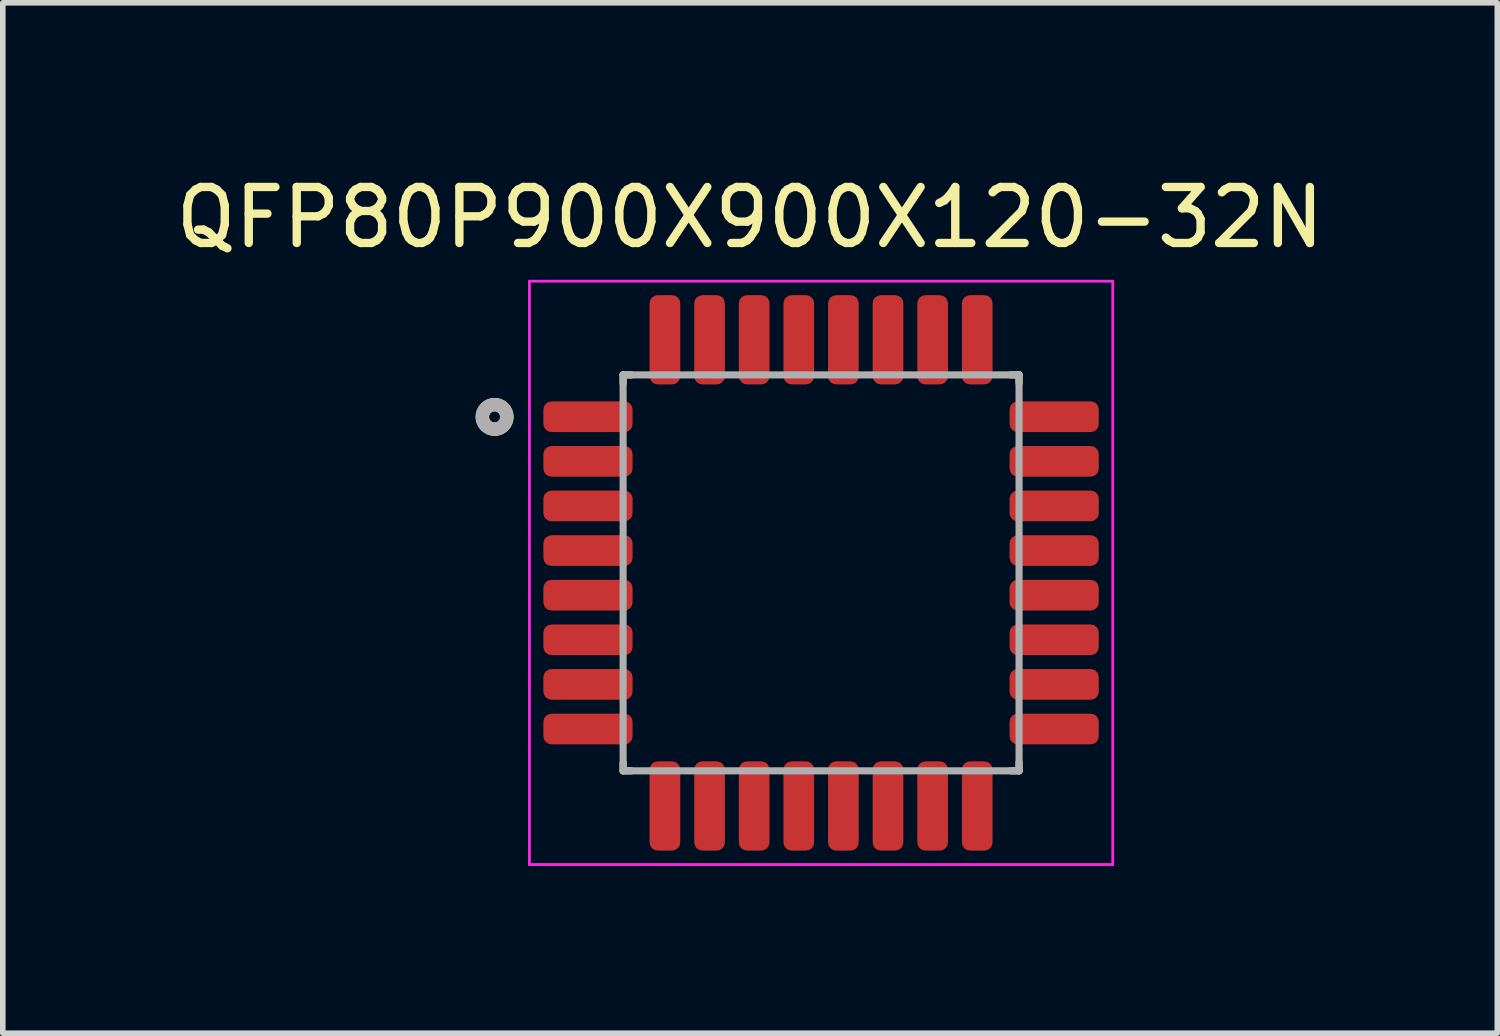
<source format=kicad_pcb>
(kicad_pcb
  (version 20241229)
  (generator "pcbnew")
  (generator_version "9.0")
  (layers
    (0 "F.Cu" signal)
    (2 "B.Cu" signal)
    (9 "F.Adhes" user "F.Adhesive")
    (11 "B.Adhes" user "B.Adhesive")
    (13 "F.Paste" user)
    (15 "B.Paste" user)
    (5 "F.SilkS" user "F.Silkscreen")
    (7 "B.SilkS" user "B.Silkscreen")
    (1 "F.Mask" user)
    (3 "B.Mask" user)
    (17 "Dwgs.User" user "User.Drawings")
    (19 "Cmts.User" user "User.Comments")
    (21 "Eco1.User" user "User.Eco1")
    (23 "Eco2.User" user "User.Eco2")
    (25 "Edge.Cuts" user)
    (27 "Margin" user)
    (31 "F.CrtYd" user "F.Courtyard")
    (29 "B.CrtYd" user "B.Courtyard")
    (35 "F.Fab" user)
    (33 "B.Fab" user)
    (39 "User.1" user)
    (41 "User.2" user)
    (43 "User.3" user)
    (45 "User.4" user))
  (footprint "QFP80P900X900X120-32N"
    (layer "F.Cu")
    (at 11.674 7.223)
    (property "Reference" "QFP80P900X900X120-32N" (at -1.275 -6.373 0) (layer "F.SilkS") (effects (font (size 1.004 1.004) (thickness 0.15))))
    (attr smd)
    (fp_line (start -3.55 -3.55) (end -3.4 -3.55) (stroke (width 0.127) (type solid)) (layer "F.SilkS"))
    (fp_line (start -3.55 -3.4) (end -3.55 -3.55) (stroke (width 0.127) (type solid)) (layer "F.SilkS"))
    (fp_line (start -3.55 3.55) (end -3.55 3.4) (stroke (width 0.127) (type solid)) (layer "F.SilkS"))
    (fp_line (start -3.4 3.55) (end -3.55 3.55) (stroke (width 0.127) (type solid)) (layer "F.SilkS"))
    (fp_line (start 3.4 -3.55) (end 3.55 -3.55) (stroke (width 0.127) (type solid)) (layer "F.SilkS"))
    (fp_line (start 3.55 -3.55) (end 3.55 -3.4) (stroke (width 0.127) (type solid)) (layer "F.SilkS"))
    (fp_line (start 3.55 3.4) (end 3.55 3.55) (stroke (width 0.127) (type solid)) (layer "F.SilkS"))
    (fp_line (start 3.55 3.55) (end 3.4 3.55) (stroke (width 0.127) (type solid)) (layer "F.SilkS"))
    (fp_circle (center -5.853 -2.797) (end -5.753 -2.797) (stroke (width 0.24) (type solid)) (fill no) (layer "F.SilkS"))
    (fp_line (start -5.23 -5.23) (end 5.23 -5.23) (stroke (width 0.05) (type solid)) (layer "F.CrtYd"))
    (fp_line (start -5.23 5.23) (end -5.23 -5.23) (stroke (width 0.05) (type solid)) (layer "F.CrtYd"))
    (fp_line (start 5.23 -5.23) (end 5.23 5.23) (stroke (width 0.05) (type solid)) (layer "F.CrtYd"))
    (fp_line (start 5.23 5.23) (end -5.23 5.23) (stroke (width 0.05) (type solid)) (layer "F.CrtYd"))
    (fp_line (start -3.55 -3.55) (end 3.55 -3.55) (stroke (width 0.127) (type solid)) (layer "F.Fab"))
    (fp_line (start -3.55 3.55) (end -3.55 -3.55) (stroke (width 0.127) (type solid)) (layer "F.Fab"))
    (fp_line (start 3.55 -3.55) (end 3.55 3.55) (stroke (width 0.127) (type solid)) (layer "F.Fab"))
    (fp_line (start 3.55 3.55) (end -3.55 3.55) (stroke (width 0.127) (type solid)) (layer "F.Fab"))
    (fp_circle (center -5.858 -2.797) (end -5.758 -2.797) (stroke (width 0.24) (type solid)) (fill no) (layer "F.Fab"))
    (pad "1" smd roundrect (at -4.18 -2.8) (size 1.6 0.55) (layers "F.Cu" "F.Mask" "F.Paste") (roundrect_rratio 0.265))
    (pad "2" smd roundrect (at -4.18 -2) (size 1.6 0.55) (layers "F.Cu" "F.Mask" "F.Paste") (roundrect_rratio 0.265))
    (pad "3" smd roundrect (at -4.18 -1.2) (size 1.6 0.55) (layers "F.Cu" "F.Mask" "F.Paste") (roundrect_rratio 0.265))
    (pad "4" smd roundrect (at -4.18 -0.4) (size 1.6 0.55) (layers "F.Cu" "F.Mask" "F.Paste") (roundrect_rratio 0.265))
    (pad "5" smd roundrect (at -4.18 0.4) (size 1.6 0.55) (layers "F.Cu" "F.Mask" "F.Paste") (roundrect_rratio 0.265))
    (pad "6" smd roundrect (at -4.18 1.2) (size 1.6 0.55) (layers "F.Cu" "F.Mask" "F.Paste") (roundrect_rratio 0.265))
    (pad "7" smd roundrect (at -4.18 2) (size 1.6 0.55) (layers "F.Cu" "F.Mask" "F.Paste") (roundrect_rratio 0.265))
    (pad "8" smd roundrect (at -4.18 2.8) (size 1.6 0.55) (layers "F.Cu" "F.Mask" "F.Paste") (roundrect_rratio 0.265))
    (pad "9" smd roundrect (at -2.8 4.18) (size 0.55 1.6) (layers "F.Cu" "F.Mask" "F.Paste") (roundrect_rratio 0.265))
    (pad "10" smd roundrect (at -2 4.18) (size 0.55 1.6) (layers "F.Cu" "F.Mask" "F.Paste") (roundrect_rratio 0.265))
    (pad "11" smd roundrect (at -1.2 4.18) (size 0.55 1.6) (layers "F.Cu" "F.Mask" "F.Paste") (roundrect_rratio 0.265))
    (pad "12" smd roundrect (at -0.4 4.18) (size 0.55 1.6) (layers "F.Cu" "F.Mask" "F.Paste") (roundrect_rratio 0.265))
    (pad "13" smd roundrect (at 0.4 4.18) (size 0.55 1.6) (layers "F.Cu" "F.Mask" "F.Paste") (roundrect_rratio 0.265))
    (pad "14" smd roundrect (at 1.2 4.18) (size 0.55 1.6) (layers "F.Cu" "F.Mask" "F.Paste") (roundrect_rratio 0.265))
    (pad "15" smd roundrect (at 2 4.18) (size 0.55 1.6) (layers "F.Cu" "F.Mask" "F.Paste") (roundrect_rratio 0.265))
    (pad "16" smd roundrect (at 2.8 4.18) (size 0.55 1.6) (layers "F.Cu" "F.Mask" "F.Paste") (roundrect_rratio 0.265))
    (pad "17" smd roundrect (at 4.18 2.8) (size 1.6 0.55) (layers "F.Cu" "F.Mask" "F.Paste") (roundrect_rratio 0.265))
    (pad "18" smd roundrect (at 4.18 2) (size 1.6 0.55) (layers "F.Cu" "F.Mask" "F.Paste") (roundrect_rratio 0.265))
    (pad "19" smd roundrect (at 4.18 1.2) (size 1.6 0.55) (layers "F.Cu" "F.Mask" "F.Paste") (roundrect_rratio 0.265))
    (pad "20" smd roundrect (at 4.18 0.4) (size 1.6 0.55) (layers "F.Cu" "F.Mask" "F.Paste") (roundrect_rratio 0.265))
    (pad "21" smd roundrect (at 4.18 -0.4) (size 1.6 0.55) (layers "F.Cu" "F.Mask" "F.Paste") (roundrect_rratio 0.265))
    (pad "22" smd roundrect (at 4.18 -1.2) (size 1.6 0.55) (layers "F.Cu" "F.Mask" "F.Paste") (roundrect_rratio 0.265))
    (pad "23" smd roundrect (at 4.18 -2) (size 1.6 0.55) (layers "F.Cu" "F.Mask" "F.Paste") (roundrect_rratio 0.265))
    (pad "24" smd roundrect (at 4.18 -2.8) (size 1.6 0.55) (layers "F.Cu" "F.Mask" "F.Paste") (roundrect_rratio 0.265))
    (pad "25" smd roundrect (at 2.8 -4.18) (size 0.55 1.6) (layers "F.Cu" "F.Mask" "F.Paste") (roundrect_rratio 0.265))
    (pad "26" smd roundrect (at 2 -4.18) (size 0.55 1.6) (layers "F.Cu" "F.Mask" "F.Paste") (roundrect_rratio 0.265))
    (pad "27" smd roundrect (at 1.2 -4.18) (size 0.55 1.6) (layers "F.Cu" "F.Mask" "F.Paste") (roundrect_rratio 0.265))
    (pad "28" smd roundrect (at 0.4 -4.18) (size 0.55 1.6) (layers "F.Cu" "F.Mask" "F.Paste") (roundrect_rratio 0.265))
    (pad "29" smd roundrect (at -0.4 -4.18) (size 0.55 1.6) (layers "F.Cu" "F.Mask" "F.Paste") (roundrect_rratio 0.265))
    (pad "30" smd roundrect (at -1.2 -4.18) (size 0.55 1.6) (layers "F.Cu" "F.Mask" "F.Paste") (roundrect_rratio 0.265))
    (pad "31" smd roundrect (at -2 -4.18) (size 0.55 1.6) (layers "F.Cu" "F.Mask" "F.Paste") (roundrect_rratio 0.265))
    (pad "32" smd roundrect (at -2.8 -4.18) (size 0.55 1.6) (layers "F.Cu" "F.Mask" "F.Paste") (roundrect_rratio 0.265)))
  (gr_rect
    (start -3 -3)
    (end 23.8 15.478)
    (stroke (width 0.1) (type default))
    (fill no)
    (layer "Edge.Cuts")))
</source>
